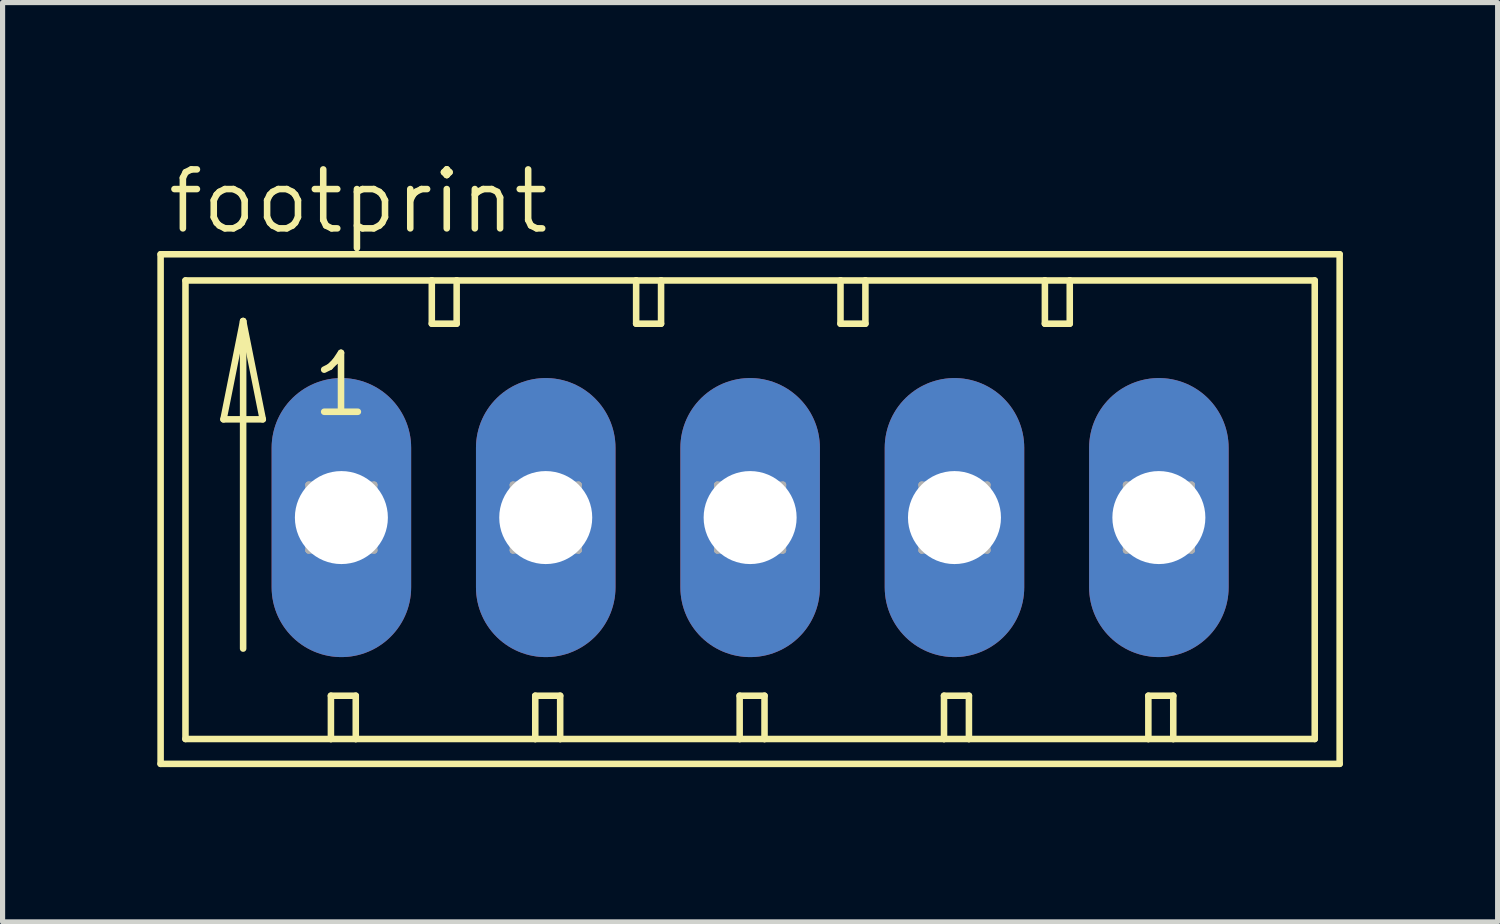
<source format=kicad_pcb>
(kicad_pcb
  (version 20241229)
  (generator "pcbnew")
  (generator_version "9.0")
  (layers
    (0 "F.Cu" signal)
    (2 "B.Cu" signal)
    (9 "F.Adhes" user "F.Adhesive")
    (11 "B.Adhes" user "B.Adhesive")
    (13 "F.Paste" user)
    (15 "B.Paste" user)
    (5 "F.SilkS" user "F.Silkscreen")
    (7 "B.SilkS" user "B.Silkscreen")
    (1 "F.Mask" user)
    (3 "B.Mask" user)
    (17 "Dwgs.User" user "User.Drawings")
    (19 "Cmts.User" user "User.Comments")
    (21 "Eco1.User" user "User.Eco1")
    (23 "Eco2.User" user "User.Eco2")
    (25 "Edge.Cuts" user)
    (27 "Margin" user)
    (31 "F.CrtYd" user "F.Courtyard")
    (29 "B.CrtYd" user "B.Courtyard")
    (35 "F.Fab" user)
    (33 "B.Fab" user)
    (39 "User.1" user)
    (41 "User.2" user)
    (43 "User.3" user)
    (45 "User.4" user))
  (footprint "footprint"
    (layer "F.Cu")
    (at 1.029 6.985)
    (property "Reference" "footprint" (at -0.889 -5.461 0) (layer "F.SilkS") (effects (font (size 1.143 1.143) (thickness 0.127)) (justify left bottom)))
    (fp_line (start -0.965 -5.105) (end -0.965 4.775) (stroke (width 0.127) (type solid)) (layer "F.SilkS"))
    (fp_line (start -0.965 4.775) (end 21.895 4.775) (stroke (width 0.127) (type solid)) (layer "F.SilkS"))
    (fp_line (start -0.483 -4.597) (end -0.483 4.293) (stroke (width 0.127) (type solid)) (layer "F.SilkS"))
    (fp_line (start -0.483 4.293) (end 2.337 4.293) (stroke (width 0.127) (type solid)) (layer "F.SilkS"))
    (fp_line (start 0.254 -1.905) (end 1.016 -1.905) (stroke (width 0.127) (type solid)) (layer "F.SilkS"))
    (fp_line (start 0.635 -3.81) (end 0.254 -1.905) (stroke (width 0.127) (type solid)) (layer "F.SilkS"))
    (fp_line (start 0.635 -3.81) (end 1.016 -1.905) (stroke (width 0.127) (type solid)) (layer "F.SilkS"))
    (fp_line (start 0.635 2.54) (end 0.635 -3.81) (stroke (width 0.127) (type solid)) (layer "F.SilkS"))
    (fp_line (start 2.337 3.454) (end 2.337 4.293) (stroke (width 0.127) (type solid)) (layer "F.SilkS"))
    (fp_line (start 2.337 3.454) (end 2.819 3.454) (stroke (width 0.127) (type solid)) (layer "F.SilkS"))
    (fp_line (start 2.337 4.293) (end 2.819 4.293) (stroke (width 0.127) (type solid)) (layer "F.SilkS"))
    (fp_line (start 2.819 3.454) (end 2.819 4.293) (stroke (width 0.127) (type solid)) (layer "F.SilkS"))
    (fp_line (start 2.819 4.293) (end 6.299 4.293) (stroke (width 0.127) (type solid)) (layer "F.SilkS"))
    (fp_line (start 4.293 -4.597) (end -0.483 -4.597) (stroke (width 0.127) (type solid)) (layer "F.SilkS"))
    (fp_line (start 4.293 -4.597) (end 4.293 -3.759) (stroke (width 0.127) (type solid)) (layer "F.SilkS"))
    (fp_line (start 4.293 -3.759) (end 4.775 -3.759) (stroke (width 0.127) (type solid)) (layer "F.SilkS"))
    (fp_line (start 4.775 -4.597) (end 4.293 -4.597) (stroke (width 0.127) (type solid)) (layer "F.SilkS"))
    (fp_line (start 4.775 -3.759) (end 4.775 -4.597) (stroke (width 0.127) (type solid)) (layer "F.SilkS"))
    (fp_line (start 6.299 3.454) (end 6.299 4.293) (stroke (width 0.127) (type solid)) (layer "F.SilkS"))
    (fp_line (start 6.299 3.454) (end 6.782 3.454) (stroke (width 0.127) (type solid)) (layer "F.SilkS"))
    (fp_line (start 6.299 4.293) (end 6.782 4.293) (stroke (width 0.127) (type solid)) (layer "F.SilkS"))
    (fp_line (start 6.782 3.454) (end 6.782 4.293) (stroke (width 0.127) (type solid)) (layer "F.SilkS"))
    (fp_line (start 6.782 4.293) (end 10.262 4.293) (stroke (width 0.127) (type solid)) (layer "F.SilkS"))
    (fp_line (start 8.255 -4.597) (end 4.775 -4.597) (stroke (width 0.127) (type solid)) (layer "F.SilkS"))
    (fp_line (start 8.255 -3.759) (end 8.255 -4.597) (stroke (width 0.127) (type solid)) (layer "F.SilkS"))
    (fp_line (start 8.255 -3.759) (end 8.738 -3.759) (stroke (width 0.127) (type solid)) (layer "F.SilkS"))
    (fp_line (start 8.738 -4.597) (end 8.255 -4.597) (stroke (width 0.127) (type solid)) (layer "F.SilkS"))
    (fp_line (start 8.738 -3.759) (end 8.738 -4.597) (stroke (width 0.127) (type solid)) (layer "F.SilkS"))
    (fp_line (start 10.262 3.454) (end 10.262 4.293) (stroke (width 0.127) (type solid)) (layer "F.SilkS"))
    (fp_line (start 10.262 3.454) (end 10.744 3.454) (stroke (width 0.127) (type solid)) (layer "F.SilkS"))
    (fp_line (start 10.262 4.293) (end 10.744 4.293) (stroke (width 0.127) (type solid)) (layer "F.SilkS"))
    (fp_line (start 10.744 3.454) (end 10.744 4.293) (stroke (width 0.127) (type solid)) (layer "F.SilkS"))
    (fp_line (start 10.744 4.293) (end 14.224 4.293) (stroke (width 0.127) (type solid)) (layer "F.SilkS"))
    (fp_line (start 12.217 -4.597) (end 8.738 -4.597) (stroke (width 0.127) (type solid)) (layer "F.SilkS"))
    (fp_line (start 12.217 -3.759) (end 12.217 -4.597) (stroke (width 0.127) (type solid)) (layer "F.SilkS"))
    (fp_line (start 12.217 -3.759) (end 12.7 -3.759) (stroke (width 0.127) (type solid)) (layer "F.SilkS"))
    (fp_line (start 12.7 -4.597) (end 12.217 -4.597) (stroke (width 0.127) (type solid)) (layer "F.SilkS"))
    (fp_line (start 12.7 -3.759) (end 12.7 -4.597) (stroke (width 0.127) (type solid)) (layer "F.SilkS"))
    (fp_line (start 14.224 3.454) (end 14.224 4.293) (stroke (width 0.127) (type solid)) (layer "F.SilkS"))
    (fp_line (start 14.224 3.454) (end 14.707 3.454) (stroke (width 0.127) (type solid)) (layer "F.SilkS"))
    (fp_line (start 14.224 4.293) (end 14.707 4.293) (stroke (width 0.127) (type solid)) (layer "F.SilkS"))
    (fp_line (start 14.707 3.454) (end 14.707 4.293) (stroke (width 0.127) (type solid)) (layer "F.SilkS"))
    (fp_line (start 14.707 4.293) (end 18.186 4.293) (stroke (width 0.127) (type solid)) (layer "F.SilkS"))
    (fp_line (start 16.18 -4.597) (end 12.7 -4.597) (stroke (width 0.127) (type solid)) (layer "F.SilkS"))
    (fp_line (start 16.18 -3.759) (end 16.18 -4.597) (stroke (width 0.127) (type solid)) (layer "F.SilkS"))
    (fp_line (start 16.18 -3.759) (end 16.662 -3.759) (stroke (width 0.127) (type solid)) (layer "F.SilkS"))
    (fp_line (start 16.662 -4.597) (end 16.18 -4.597) (stroke (width 0.127) (type solid)) (layer "F.SilkS"))
    (fp_line (start 16.662 -3.759) (end 16.662 -4.597) (stroke (width 0.127) (type solid)) (layer "F.SilkS"))
    (fp_line (start 18.186 3.454) (end 18.186 4.293) (stroke (width 0.127) (type solid)) (layer "F.SilkS"))
    (fp_line (start 18.186 3.454) (end 18.669 3.454) (stroke (width 0.127) (type solid)) (layer "F.SilkS"))
    (fp_line (start 18.186 4.293) (end 18.669 4.293) (stroke (width 0.127) (type solid)) (layer "F.SilkS"))
    (fp_line (start 18.669 3.454) (end 18.669 4.293) (stroke (width 0.127) (type solid)) (layer "F.SilkS"))
    (fp_line (start 18.669 4.293) (end 21.412 4.293) (stroke (width 0.127) (type solid)) (layer "F.SilkS"))
    (fp_line (start 21.412 -4.597) (end 16.662 -4.597) (stroke (width 0.127) (type solid)) (layer "F.SilkS"))
    (fp_line (start 21.412 4.293) (end 21.412 -4.597) (stroke (width 0.127) (type solid)) (layer "F.SilkS"))
    (fp_line (start 21.895 -5.105) (end -0.965 -5.105) (stroke (width 0.127) (type solid)) (layer "F.SilkS"))
    (fp_line (start 21.895 4.775) (end 21.895 -5.105) (stroke (width 0.127) (type solid)) (layer "F.SilkS"))
    (fp_line (start 1.905 -0.635) (end 1.905 0.635) (stroke (width 0.127) (type solid)) (layer "F.Fab"))
    (fp_line (start 1.905 -0.635) (end 3.175 0.635) (stroke (width 0.127) (type solid)) (layer "F.Fab"))
    (fp_line (start 1.905 0.635) (end 3.175 0.635) (stroke (width 0.127) (type solid)) (layer "F.Fab"))
    (fp_line (start 3.175 -0.635) (end 1.905 -0.635) (stroke (width 0.127) (type solid)) (layer "F.Fab"))
    (fp_line (start 3.175 -0.635) (end 1.905 0.635) (stroke (width 0.127) (type solid)) (layer "F.Fab"))
    (fp_line (start 3.175 0.635) (end 3.175 -0.635) (stroke (width 0.127) (type solid)) (layer "F.Fab"))
    (fp_line (start 5.867 -0.635) (end 5.867 0.635) (stroke (width 0.127) (type solid)) (layer "F.Fab"))
    (fp_line (start 5.867 -0.635) (end 7.137 0.635) (stroke (width 0.127) (type solid)) (layer "F.Fab"))
    (fp_line (start 5.867 0.635) (end 7.137 0.635) (stroke (width 0.127) (type solid)) (layer "F.Fab"))
    (fp_line (start 7.137 -0.635) (end 5.867 -0.635) (stroke (width 0.127) (type solid)) (layer "F.Fab"))
    (fp_line (start 7.137 -0.635) (end 5.867 0.635) (stroke (width 0.127) (type solid)) (layer "F.Fab"))
    (fp_line (start 7.137 0.635) (end 7.137 -0.635) (stroke (width 0.127) (type solid)) (layer "F.Fab"))
    (fp_line (start 9.83 -0.635) (end 9.83 0.635) (stroke (width 0.127) (type solid)) (layer "F.Fab"))
    (fp_line (start 9.83 -0.635) (end 11.1 0.635) (stroke (width 0.127) (type solid)) (layer "F.Fab"))
    (fp_line (start 9.83 0.635) (end 11.1 0.635) (stroke (width 0.127) (type solid)) (layer "F.Fab"))
    (fp_line (start 11.1 -0.635) (end 9.83 -0.635) (stroke (width 0.127) (type solid)) (layer "F.Fab"))
    (fp_line (start 11.1 -0.635) (end 9.83 0.635) (stroke (width 0.127) (type solid)) (layer "F.Fab"))
    (fp_line (start 11.1 0.635) (end 11.1 -0.635) (stroke (width 0.127) (type solid)) (layer "F.Fab"))
    (fp_line (start 13.792 -0.635) (end 13.792 0.635) (stroke (width 0.127) (type solid)) (layer "F.Fab"))
    (fp_line (start 13.792 -0.635) (end 15.062 0.635) (stroke (width 0.127) (type solid)) (layer "F.Fab"))
    (fp_line (start 13.792 0.635) (end 15.062 0.635) (stroke (width 0.127) (type solid)) (layer "F.Fab"))
    (fp_line (start 15.062 -0.635) (end 13.792 -0.635) (stroke (width 0.127) (type solid)) (layer "F.Fab"))
    (fp_line (start 15.062 -0.635) (end 13.792 0.635) (stroke (width 0.127) (type solid)) (layer "F.Fab"))
    (fp_line (start 15.062 0.635) (end 15.062 -0.635) (stroke (width 0.127) (type solid)) (layer "F.Fab"))
    (fp_line (start 17.755 -0.635) (end 17.755 0.635) (stroke (width 0.127) (type solid)) (layer "F.Fab"))
    (fp_line (start 17.755 -0.635) (end 19.025 0.635) (stroke (width 0.127) (type solid)) (layer "F.Fab"))
    (fp_line (start 17.755 0.635) (end 19.025 0.635) (stroke (width 0.127) (type solid)) (layer "F.Fab"))
    (fp_line (start 19.025 -0.635) (end 17.755 -0.635) (stroke (width 0.127) (type solid)) (layer "F.Fab"))
    (fp_line (start 19.025 -0.635) (end 17.755 0.635) (stroke (width 0.127) (type solid)) (layer "F.Fab"))
    (fp_line (start 19.025 0.635) (end 19.025 -0.635) (stroke (width 0.127) (type solid)) (layer "F.Fab"))
    (fp_text user "1" (at 1.905 -1.905 0) (layer "F.SilkS") (effects (font (size 1.143 1.143) (thickness 0.127)) (justify left bottom)))
    (pad "1" thru_hole oval (at 2.54 0 90) (size 5.41 2.705) (drill 1.803) (layers "*.Cu" "*.Mask"))
    (pad "2" thru_hole oval (at 6.502 0 90) (size 5.41 2.705) (drill 1.803) (layers "*.Cu" "*.Mask"))
    (pad "3" thru_hole oval (at 10.465 0 90) (size 5.41 2.705) (drill 1.803) (layers "*.Cu" "*.Mask"))
    (pad "4" thru_hole oval (at 14.427 0 90) (size 5.41 2.705) (drill 1.803) (layers "*.Cu" "*.Mask"))
    (pad "5" thru_hole oval (at 18.39 0 90) (size 5.41 2.705) (drill 1.803) (layers "*.Cu" "*.Mask")))
  (gr_rect
    (start -3 -3)
    (end 25.987 14.824)
    (stroke (width 0.1) (type default))
    (fill no)
    (layer "Edge.Cuts")))
</source>
